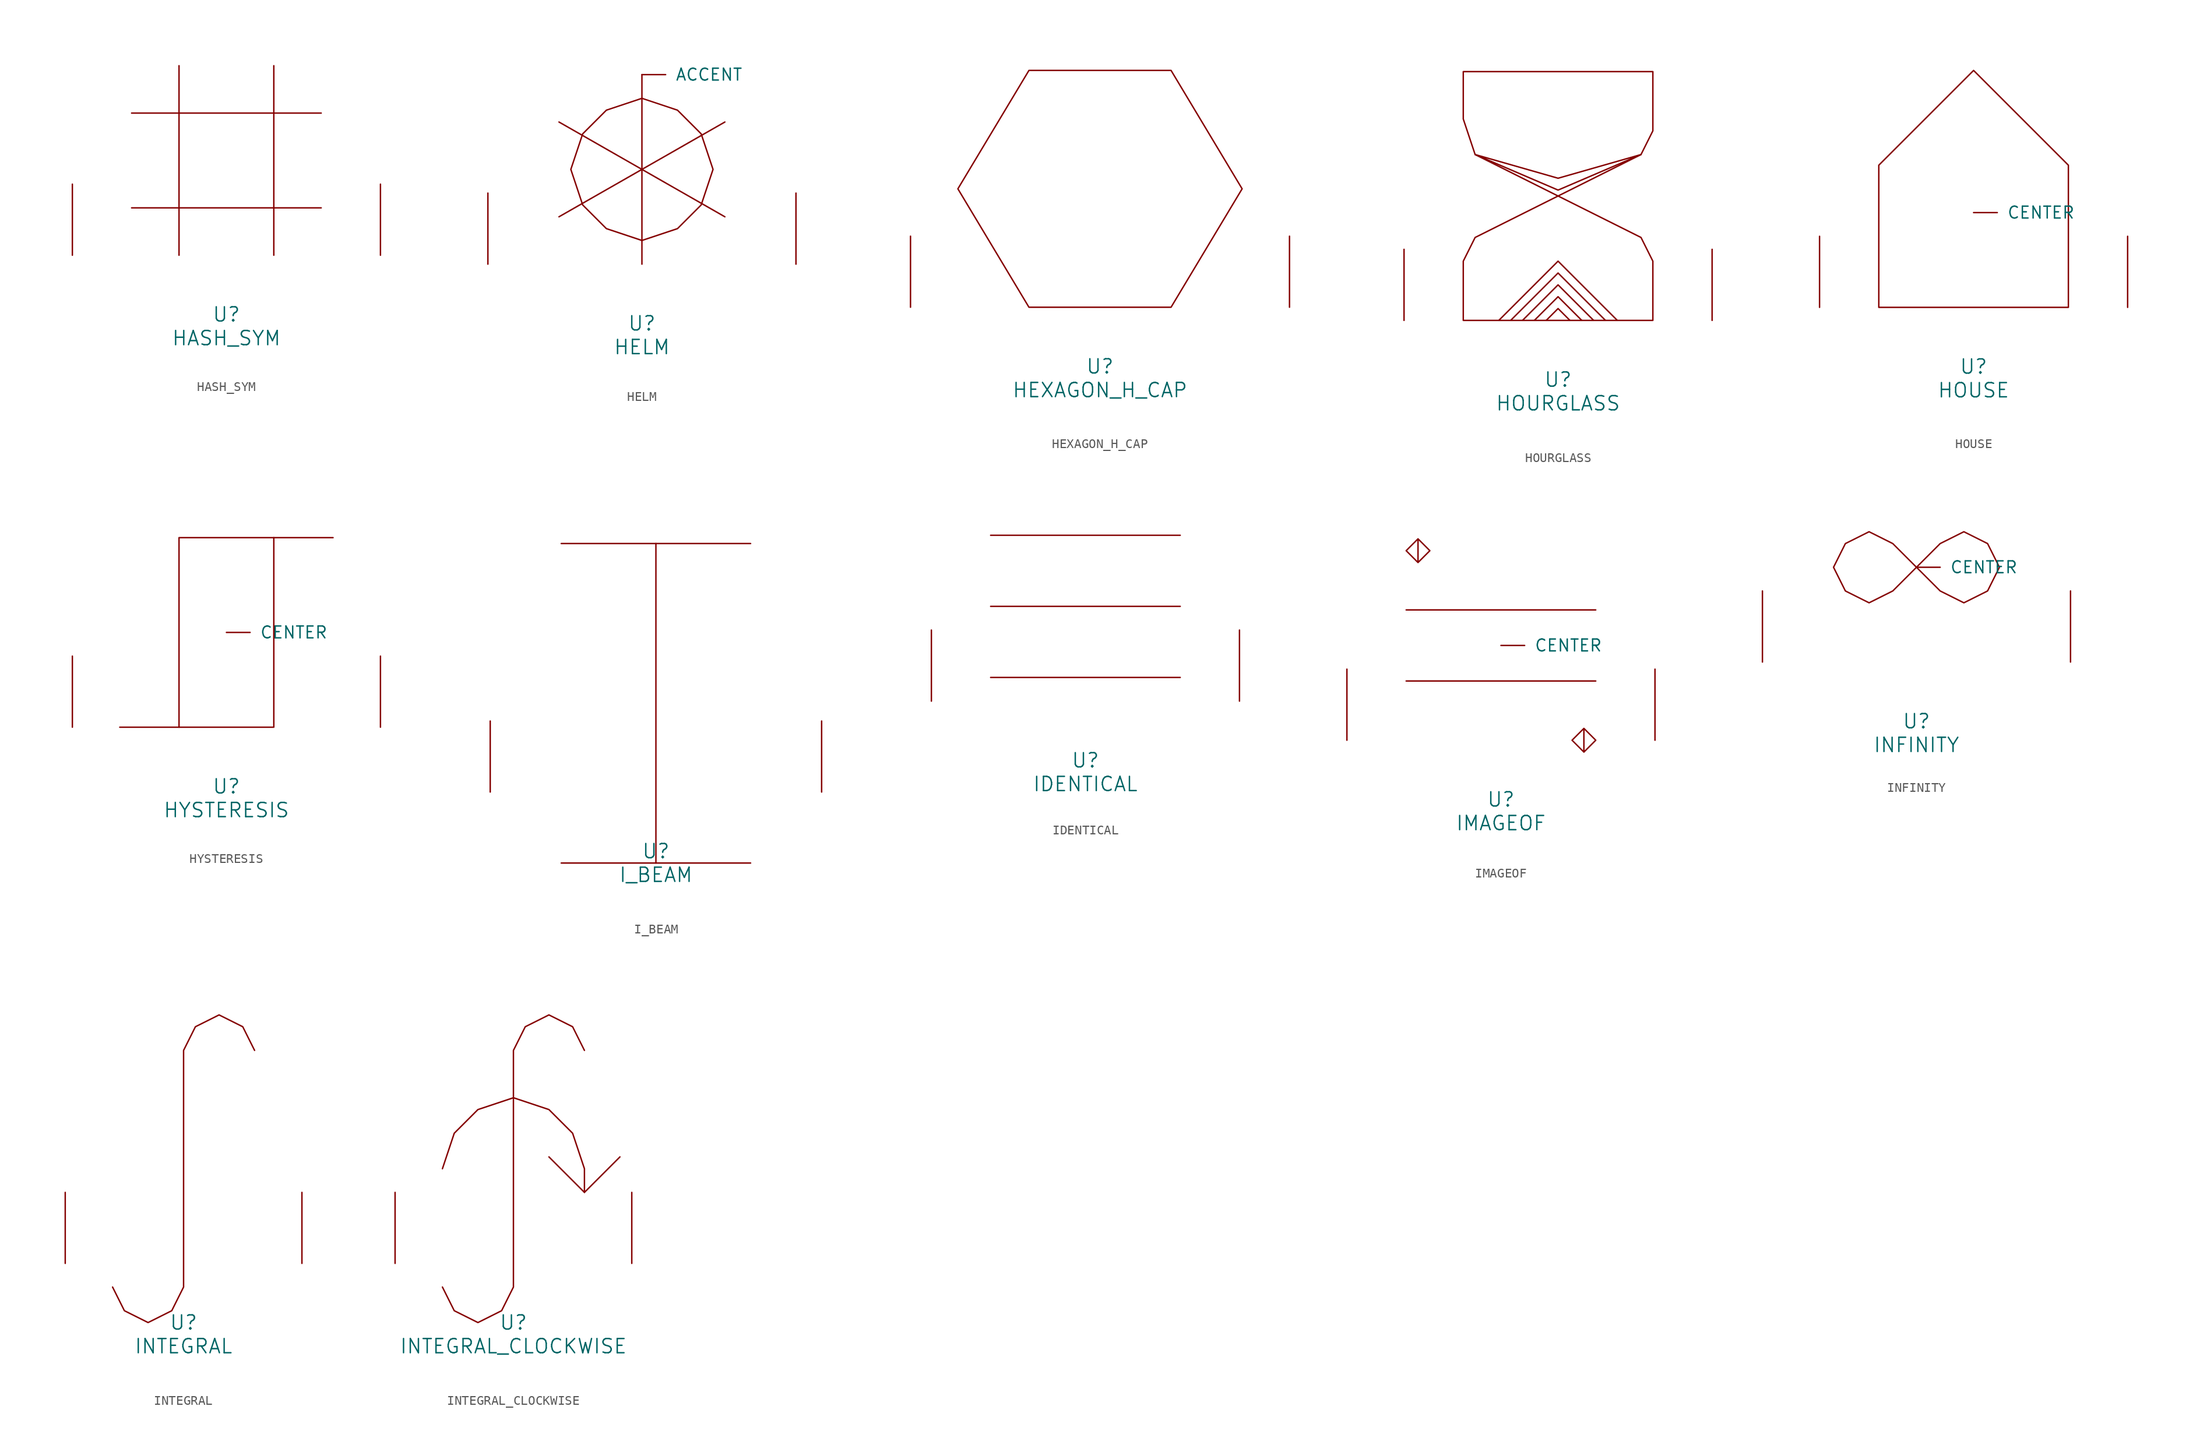
<source format=kicad_sym>
(kicad_symbol_lib
  (version 20220914)
  (generator font_lib2sym)
  (symbol "HASH_SYM"
    (pin_names
      (offset 1.016))
    (property "Reference" "U"
      (at 0 -6.35 0)
      (effects (font (size 1.524 1.524))))
    (property "Value" "HASH_SYM"
      (at 0 -8.89 0)
      (effects (font (size 1.524 1.524))))
    (symbol "HASH_SYM_0_1"
      (polyline (pts (xy -10.16 5.08) (xy 10.16 5.08)) (stroke (width 0) (type solid)) (fill (type none)))
      (polyline (pts (xy -10.16 15.24) (xy 10.16 15.24)) (stroke (width 0) (type solid)) (fill (type none)))
      (polyline (pts (xy -5.08 20.32) (xy -5.08 0)) (stroke (width 0) (type solid)) (fill (type none)))
      (polyline (pts (xy 5.08 20.32) (xy 5.08 0)) (stroke (width 0) (type solid)) (fill (type none)))
      (pin input line (at -16.51 0 90) (length 7.62) (name "~" (effects (font (size 1.27 1.27)))) (number "~" (effects (font (size 1.27 1.27)))))
      (pin input line (at 16.51 0 90) (length 7.62) (name "~" (effects (font (size 1.27 1.27)))) (number "~" (effects (font (size 1.27 1.27)))))))
  (symbol "HELM"
    (pin_names
      (offset 1.016))
    (property "Reference" "U"
      (at 0 -6.35 0)
      (effects (font (size 1.524 1.524))))
    (property "Value" "HELM"
      (at 0 -8.89 0)
      (effects (font (size 1.524 1.524))))
    (symbol "HELM_0_1"
      (polyline (pts (xy -8.89 15.24) (xy 8.89 5.08)) (stroke (width 0) (type solid)) (fill (type none)))
      (polyline (pts (xy 0 0) (xy 0 20.32)) (stroke (width 0) (type solid)) (fill (type none)))
      (polyline (pts (xy 8.89 15.24) (xy -8.89 5.08)) (stroke (width 0) (type solid)) (fill (type none)))
      (polyline (pts (xy 0 17.78) (xy -3.81 16.51) (xy -6.35 13.97) (xy -7.62 10.16) (xy -6.35 6.35) (xy -3.81 3.81) (xy 0 2.54) (xy 3.81 3.81) (xy 6.35 6.35) (xy 7.62 10.16) (xy 6.35 13.97) (xy 3.81 16.51) (xy 0 17.78)) (stroke (width 0) (type solid)) (fill (type none)))
      (pin input line (at 0 20.32 0) (length 2.54) (name "ACCENT" (effects (font (size 1.27 1.27)))) (number "~" (effects (font (size 1.27 1.27)))))
      (pin input line (at -16.51 0 90) (length 7.62) (name "~" (effects (font (size 1.27 1.27)))) (number "~" (effects (font (size 1.27 1.27)))))
      (pin input line (at 16.51 0 90) (length 7.62) (name "~" (effects (font (size 1.27 1.27)))) (number "~" (effects (font (size 1.27 1.27)))))))
  (symbol "HEXAGON_H_CAP"
    (pin_names
      (offset 1.016))
    (property "Reference" "U"
      (at 0 -6.35 0)
      (effects (font (size 1.524 1.524))))
    (property "Value" "HEXAGON_H_CAP"
      (at 0 -8.89 0)
      (effects (font (size 1.524 1.524))))
    (symbol "HEXAGON_H_CAP_0_1"
      (polyline (pts (xy -7.62 0) (xy -15.24 12.7) (xy -7.62 25.4) (xy 7.62 25.4) (xy 15.24 12.7) (xy 7.62 0) (xy -7.62 0)) (stroke (width 0) (type solid)) (fill (type none)))
      (pin input line (at -20.32 0 90) (length 7.62) (name "~" (effects (font (size 1.27 1.27)))) (number "~" (effects (font (size 1.27 1.27)))))
      (pin input line (at 20.32 0 90) (length 7.62) (name "~" (effects (font (size 1.27 1.27)))) (number "~" (effects (font (size 1.27 1.27)))))))
  (symbol "HOURGLASS"
    (pin_names
      (offset 1.016))
    (property "Reference" "U"
      (at 0 -6.35 0)
      (effects (font (size 1.524 1.524))))
    (property "Value" "HOURGLASS"
      (at 0 -8.89 0)
      (effects (font (size 1.524 1.524))))
    (symbol "HOURGLASS_0_1"
      (polyline (pts (xy -6.35 0) (xy 0 6.35) (xy 6.35 0)) (stroke (width 0) (type solid)) (fill (type none)))
      (polyline (pts (xy -5.08 0) (xy 0 5.08) (xy 5.08 0)) (stroke (width 0) (type solid)) (fill (type none)))
      (polyline (pts (xy -2.54 0) (xy 0 2.54) (xy 2.54 0)) (stroke (width 0) (type solid)) (fill (type none)))
      (polyline (pts (xy 1.27 0) (xy 0 1.27) (xy -1.27 0)) (stroke (width 0) (type solid)) (fill (type none)))
      (polyline (pts (xy 3.81 0) (xy 0 3.81) (xy -3.81 0)) (stroke (width 0) (type solid)) (fill (type none)))
      (polyline (pts (xy 8.89 17.78) (xy 0 13.97) (xy -8.89 17.78) (xy 0 15.24) (xy 8.89 17.78)) (stroke (width 0) (type solid)) (fill (type none)))
      (polyline (pts (xy -10.16 26.67) (xy 10.16 26.67) (xy 10.16 20.32) (xy 8.89 17.78) (xy -8.89 8.89) (xy -10.16 6.35) (xy -10.16 0) (xy 10.16 0) (xy 10.16 6.35) (xy 8.89 8.89) (xy -8.89 17.78) (xy -10.16 21.59) (xy -10.16 26.67)) (stroke (width 0) (type solid)) (fill (type none)))
      (pin input line (at -16.51 0 90) (length 7.62) (name "~" (effects (font (size 1.27 1.27)))) (number "~" (effects (font (size 1.27 1.27)))))
      (pin input line (at 16.51 0 90) (length 7.62) (name "~" (effects (font (size 1.27 1.27)))) (number "~" (effects (font (size 1.27 1.27)))))))
  (symbol "HOUSE"
    (pin_names
      (offset 1.016))
    (property "Reference" "U"
      (at 0 -6.35 0)
      (effects (font (size 1.524 1.524))))
    (property "Value" "HOUSE"
      (at 0 -8.89 0)
      (effects (font (size 1.524 1.524))))
    (symbol "HOUSE_0_1"
      (polyline (pts (xy -10.16 0) (xy -10.16 15.24) (xy 0 25.4) (xy 10.16 15.24) (xy 10.16 0) (xy -10.16 0)) (stroke (width 0) (type solid)) (fill (type none)))
      (pin input line (at 0 10.16 0) (length 2.54) (name "CENTER" (effects (font (size 1.27 1.27)))) (number "~" (effects (font (size 1.27 1.27)))))
      (pin input line (at -16.51 0 90) (length 7.62) (name "~" (effects (font (size 1.27 1.27)))) (number "~" (effects (font (size 1.27 1.27)))))
      (pin input line (at 16.51 0 90) (length 7.62) (name "~" (effects (font (size 1.27 1.27)))) (number "~" (effects (font (size 1.27 1.27)))))))
  (symbol "HYSTERESIS"
    (pin_names
      (offset 1.016))
    (property "Reference" "U"
      (at 0 -6.35 0)
      (effects (font (size 1.524 1.524))))
    (property "Value" "HYSTERESIS"
      (at 0 -8.89 0)
      (effects (font (size 1.524 1.524))))
    (symbol "HYSTERESIS_0_1"
      (polyline (pts (xy -11.43 0) (xy 5.08 0) (xy 5.08 20.32)) (stroke (width 0) (type solid)) (fill (type none)))
      (polyline (pts (xy -5.08 0) (xy -5.08 20.32) (xy 11.43 20.32)) (stroke (width 0) (type solid)) (fill (type none)))
      (pin input line (at 0 10.16 0) (length 2.54) (name "CENTER" (effects (font (size 1.27 1.27)))) (number "~" (effects (font (size 1.27 1.27)))))
      (pin input line (at -16.51 0 90) (length 7.62) (name "~" (effects (font (size 1.27 1.27)))) (number "~" (effects (font (size 1.27 1.27)))))
      (pin input line (at 16.51 0 90) (length 7.62) (name "~" (effects (font (size 1.27 1.27)))) (number "~" (effects (font (size 1.27 1.27)))))))
  (symbol "I_BEAM"
    (pin_names
      (offset 1.016))
    (property "Reference" "U"
      (at 0 -6.35 0)
      (effects (font (size 1.524 1.524))))
    (property "Value" "I_BEAM"
      (at 0 -8.89 0)
      (effects (font (size 1.524 1.524))))
    (symbol "I_BEAM_0_1"
      (polyline (pts (xy -10.16 -7.62) (xy 10.16 -7.62)) (stroke (width 0) (type solid)) (fill (type none)))
      (polyline (pts (xy -10.16 26.67) (xy 10.16 26.67)) (stroke (width 0) (type solid)) (fill (type none)))
      (polyline (pts (xy 0 26.67) (xy 0 -7.62)) (stroke (width 0) (type solid)) (fill (type none)))
      (pin input line (at -17.78 0 90) (length 7.62) (name "~" (effects (font (size 1.27 1.27)))) (number "~" (effects (font (size 1.27 1.27)))))
      (pin input line (at 17.78 0 90) (length 7.62) (name "~" (effects (font (size 1.27 1.27)))) (number "~" (effects (font (size 1.27 1.27)))))))
  (symbol "IDENTICAL"
    (pin_names
      (offset 1.016))
    (property "Reference" "U"
      (at 0 -6.35 0)
      (effects (font (size 1.524 1.524))))
    (property "Value" "IDENTICAL"
      (at 0 -8.89 0)
      (effects (font (size 1.524 1.524))))
    (symbol "IDENTICAL_0_1"
      (polyline (pts (xy -10.16 2.54) (xy 10.16 2.54)) (stroke (width 0) (type solid)) (fill (type none)))
      (polyline (pts (xy -10.16 10.16) (xy 10.16 10.16)) (stroke (width 0) (type solid)) (fill (type none)))
      (polyline (pts (xy -10.16 17.78) (xy 10.16 17.78)) (stroke (width 0) (type solid)) (fill (type none)))
      (pin input line (at -16.51 0 90) (length 7.62) (name "~" (effects (font (size 1.27 1.27)))) (number "~" (effects (font (size 1.27 1.27)))))
      (pin input line (at 16.51 0 90) (length 7.62) (name "~" (effects (font (size 1.27 1.27)))) (number "~" (effects (font (size 1.27 1.27)))))))
  (symbol "IMAGEOF"
    (pin_names
      (offset 1.016))
    (property "Reference" "U"
      (at 0 -6.35 0)
      (effects (font (size 1.524 1.524))))
    (property "Value" "IMAGEOF"
      (at 0 -8.89 0)
      (effects (font (size 1.524 1.524))))
    (symbol "IMAGEOF_0_1"
      (polyline (pts (xy -10.16 13.97) (xy 10.16 13.97)) (stroke (width 0) (type solid)) (fill (type none)))
      (polyline (pts (xy 10.16 6.35) (xy -10.16 6.35)) (stroke (width 0) (type solid)) (fill (type none)))
      (polyline (pts (xy -8.89 21.59) (xy -7.62 20.32) (xy -8.89 19.05) (xy -10.16 20.32) (xy -8.89 21.59) (xy -8.89 19.05)) (stroke (width 0) (type solid)) (fill (type none)))
      (polyline (pts (xy 8.89 1.27) (xy 10.16 0) (xy 8.89 -1.27) (xy 7.62 0) (xy 8.89 1.27) (xy 8.89 -1.27)) (stroke (width 0) (type solid)) (fill (type none)))
      (pin input line (at 0 10.16 0) (length 2.54) (name "CENTER" (effects (font (size 1.27 1.27)))) (number "~" (effects (font (size 1.27 1.27)))))
      (pin input line (at -16.51 0 90) (length 7.62) (name "~" (effects (font (size 1.27 1.27)))) (number "~" (effects (font (size 1.27 1.27)))))
      (pin input line (at 16.51 0 90) (length 7.62) (name "~" (effects (font (size 1.27 1.27)))) (number "~" (effects (font (size 1.27 1.27)))))))
  (symbol "INFINITY"
    (pin_names
      (offset 1.016))
    (property "Reference" "U"
      (at 0 -6.35 0)
      (effects (font (size 1.524 1.524))))
    (property "Value" "INFINITY"
      (at 0 -8.89 0)
      (effects (font (size 1.524 1.524))))
    (symbol "INFINITY_0_1"
      (polyline (pts (xy 2.54 12.7) (xy 5.08 13.97) (xy 7.62 12.7) (xy 8.89 10.16) (xy 7.62 7.62) (xy 5.08 6.35) (xy 2.54 7.62) (xy -2.54 12.7) (xy -5.08 13.97) (xy -7.62 12.7) (xy -8.89 10.16) (xy -7.62 7.62) (xy -5.08 6.35) (xy -2.54 7.62) (xy 2.54 12.7)) (stroke (width 0) (type solid)) (fill (type none)))
      (pin input line (at 0 10.16 0) (length 2.54) (name "CENTER" (effects (font (size 1.27 1.27)))) (number "~" (effects (font (size 1.27 1.27)))))
      (pin input line (at -16.51 0 90) (length 7.62) (name "~" (effects (font (size 1.27 1.27)))) (number "~" (effects (font (size 1.27 1.27)))))
      (pin input line (at 16.51 0 90) (length 7.62) (name "~" (effects (font (size 1.27 1.27)))) (number "~" (effects (font (size 1.27 1.27)))))))
  (symbol "INTEGRAL"
    (pin_names
      (offset 1.016))
    (property "Reference" "U"
      (at 0 -6.35 0)
      (effects (font (size 1.524 1.524))))
    (property "Value" "INTEGRAL"
      (at 0 -8.89 0)
      (effects (font (size 1.524 1.524))))
    (symbol "INTEGRAL_0_1"
      (polyline (pts (xy -7.62 -2.54) (xy -6.35 -5.08) (xy -3.81 -6.35) (xy -1.27 -5.08) (xy 0 -2.54) (xy 0 22.86) (xy 1.27 25.4) (xy 3.81 26.67) (xy 6.35 25.4) (xy 7.62 22.86)) (stroke (width 0) (type solid)) (fill (type none)))
      (pin input line (at -12.7 0 90) (length 7.62) (name "~" (effects (font (size 1.27 1.27)))) (number "~" (effects (font (size 1.27 1.27)))))
      (pin input line (at 12.7 0 90) (length 7.62) (name "~" (effects (font (size 1.27 1.27)))) (number "~" (effects (font (size 1.27 1.27)))))))
  (symbol "INTEGRAL_CLOCKWISE"
    (pin_names
      (offset 1.016))
    (property "Reference" "U"
      (at 0 -6.35 0)
      (effects (font (size 1.524 1.524))))
    (property "Value" "INTEGRAL_CLOCKWISE"
      (at 0 -8.89 0)
      (effects (font (size 1.524 1.524))))
    (symbol "INTEGRAL_CLOCKWISE_0_1"
      (polyline (pts (xy 3.81 11.43) (xy 7.62 7.62) (xy 11.43 11.43)) (stroke (width 0) (type solid)) (fill (type none)))
      (polyline (pts (xy -7.62 10.16) (xy -6.35 13.97) (xy -3.81 16.51) (xy 0 17.78) (xy 3.81 16.51) (xy 6.35 13.97) (xy 7.62 10.16) (xy 7.62 7.62)) (stroke (width 0) (type solid)) (fill (type none)))
      (polyline (pts (xy -7.62 -2.54) (xy -6.35 -5.08) (xy -3.81 -6.35) (xy -1.27 -5.08) (xy 0 -2.54) (xy 0 22.86) (xy 1.27 25.4) (xy 3.81 26.67) (xy 6.35 25.4) (xy 7.62 22.86)) (stroke (width 0) (type solid)) (fill (type none)))
      (pin input line (at -12.7 0 90) (length 7.62) (name "~" (effects (font (size 1.27 1.27)))) (number "~" (effects (font (size 1.27 1.27)))))
      (pin input line (at 12.7 0 90) (length 7.62) (name "~" (effects (font (size 1.27 1.27)))) (number "~" (effects (font (size 1.27 1.27))))))))
</source>
